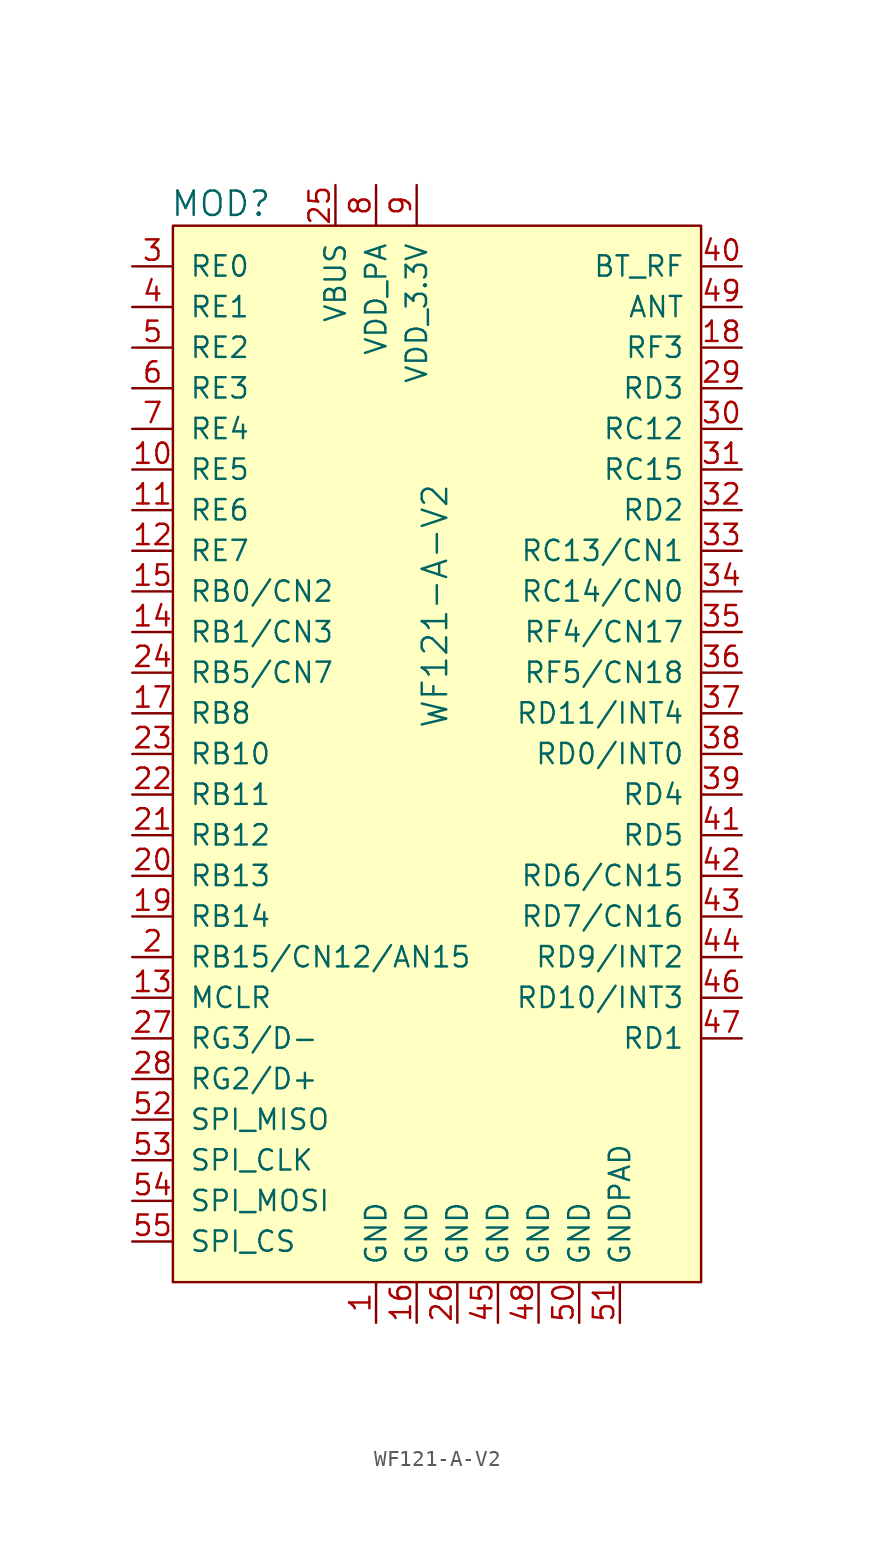
<source format=kicad_sym>
(kicad_symbol_lib
  (version 20231120)
  (generator "kicad_symbol_editor")
  (generator_version "8.0")
  (symbol "WF121-A-V2"
    (pin_names
      (offset 1.016))
    (property "Reference" "MOD"
      (at -15.418 16.612 0)
      (effects (font (size 1.524 1.524)) (justify left)))
    (property "Value" "WF121-A-V2"
      (at 1.143 -8.534 90)
      (effects (font (size 1.524 1.524))))
    (symbol "WF121-A-V2_0_1"
      (rectangle (start 17.78 15.24) (end -15.24 -50.8) (stroke (width 0) (type solid)) (fill (type background))))
    (symbol "WF121-A-V2_1_0"
      (pin unspecified line (at -17.78 -40.64 0) (length 2.54) (name "SPI_MISO" (effects (font (size 1.27 1.27)))) (number "52" (effects (font (size 1.27 1.27)))))
      (pin unspecified line (at -17.78 -43.18 0) (length 2.54) (name "SPI_CLK" (effects (font (size 1.27 1.27)))) (number "53" (effects (font (size 1.27 1.27)))))
      (pin unspecified line (at -17.78 -45.72 0) (length 2.54) (name "SPI_MOSI" (effects (font (size 1.27 1.27)))) (number "54" (effects (font (size 1.27 1.27)))))
      (pin unspecified line (at -17.78 -48.26 0) (length 2.54) (name "SPI_CS" (effects (font (size 1.27 1.27)))) (number "55" (effects (font (size 1.27 1.27))))))
    (symbol "WF121-A-V2_1_1"
      (pin power_in line (at -2.54 -53.34 90) (length 2.54) (name "GND" (effects (font (size 1.27 1.27)))) (number "1" (effects (font (size 1.27 1.27)))))
      (pin bidirectional line (at -17.78 0 0) (length 2.54) (name "RE5" (effects (font (size 1.27 1.27)))) (number "10" (effects (font (size 1.27 1.27)))))
      (pin bidirectional line (at -17.78 -2.54 0) (length 2.54) (name "RE6" (effects (font (size 1.27 1.27)))) (number "11" (effects (font (size 1.27 1.27)))))
      (pin bidirectional line (at -17.78 -5.08 0) (length 2.54) (name "RE7" (effects (font (size 1.27 1.27)))) (number "12" (effects (font (size 1.27 1.27)))))
      (pin input line (at -17.78 -33.02 0) (length 2.54) (name "MCLR" (effects (font (size 1.27 1.27)))) (number "13" (effects (font (size 1.27 1.27)))))
      (pin bidirectional line (at -17.78 -10.16 0) (length 2.54) (name "RB1/CN3" (effects (font (size 1.27 1.27)))) (number "14" (effects (font (size 1.27 1.27)))))
      (pin bidirectional line (at -17.78 -7.62 0) (length 2.54) (name "RB0/CN2" (effects (font (size 1.27 1.27)))) (number "15" (effects (font (size 1.27 1.27)))))
      (pin power_in line (at 0 -53.34 90) (length 2.54) (name "GND" (effects (font (size 1.27 1.27)))) (number "16" (effects (font (size 1.27 1.27)))))
      (pin bidirectional line (at -17.78 -15.24 0) (length 2.54) (name "RB8" (effects (font (size 1.27 1.27)))) (number "17" (effects (font (size 1.27 1.27)))))
      (pin bidirectional line (at 20.32 7.62 180) (length 2.54) (name "RF3" (effects (font (size 1.27 1.27)))) (number "18" (effects (font (size 1.27 1.27)))))
      (pin bidirectional line (at -17.78 -27.94 0) (length 2.54) (name "RB14" (effects (font (size 1.27 1.27)))) (number "19" (effects (font (size 1.27 1.27)))))
      (pin bidirectional line (at -17.78 -30.48 0) (length 2.54) (name "RB15/CN12/AN15" (effects (font (size 1.27 1.27)))) (number "2" (effects (font (size 1.27 1.27)))))
      (pin bidirectional line (at -17.78 -25.4 0) (length 2.54) (name "RB13" (effects (font (size 1.27 1.27)))) (number "20" (effects (font (size 1.27 1.27)))))
      (pin bidirectional line (at -17.78 -22.86 0) (length 2.54) (name "RB12" (effects (font (size 1.27 1.27)))) (number "21" (effects (font (size 1.27 1.27)))))
      (pin bidirectional line (at -17.78 -20.32 0) (length 2.54) (name "RB11" (effects (font (size 1.27 1.27)))) (number "22" (effects (font (size 1.27 1.27)))))
      (pin bidirectional line (at -17.78 -17.78 0) (length 2.54) (name "RB10" (effects (font (size 1.27 1.27)))) (number "23" (effects (font (size 1.27 1.27)))))
      (pin bidirectional line (at -17.78 -12.7 0) (length 2.54) (name "RB5/CN7" (effects (font (size 1.27 1.27)))) (number "24" (effects (font (size 1.27 1.27)))))
      (pin power_in line (at -5.08 17.78 270) (length 2.54) (name "VBUS" (effects (font (size 1.27 1.27)))) (number "25" (effects (font (size 1.27 1.27)))))
      (pin power_in line (at 2.54 -53.34 90) (length 2.54) (name "GND" (effects (font (size 1.27 1.27)))) (number "26" (effects (font (size 1.27 1.27)))))
      (pin input line (at -17.78 -35.56 0) (length 2.54) (name "RG3/D-" (effects (font (size 1.27 1.27)))) (number "27" (effects (font (size 1.27 1.27)))))
      (pin input line (at -17.78 -38.1 0) (length 2.54) (name "RG2/D+" (effects (font (size 1.27 1.27)))) (number "28" (effects (font (size 1.27 1.27)))))
      (pin bidirectional line (at 20.32 5.08 180) (length 2.54) (name "RD3" (effects (font (size 1.27 1.27)))) (number "29" (effects (font (size 1.27 1.27)))))
      (pin bidirectional line (at -17.78 12.7 0) (length 2.54) (name "RE0" (effects (font (size 1.27 1.27)))) (number "3" (effects (font (size 1.27 1.27)))))
      (pin bidirectional line (at 20.32 2.54 180) (length 2.54) (name "RC12" (effects (font (size 1.27 1.27)))) (number "30" (effects (font (size 1.27 1.27)))))
      (pin bidirectional line (at 20.32 0 180) (length 2.54) (name "RC15" (effects (font (size 1.27 1.27)))) (number "31" (effects (font (size 1.27 1.27)))))
      (pin bidirectional line (at 20.32 -2.54 180) (length 2.54) (name "RD2" (effects (font (size 1.27 1.27)))) (number "32" (effects (font (size 1.27 1.27)))))
      (pin bidirectional line (at 20.32 -5.08 180) (length 2.54) (name "RC13/CN1" (effects (font (size 1.27 1.27)))) (number "33" (effects (font (size 1.27 1.27)))))
      (pin bidirectional line (at 20.32 -7.62 180) (length 2.54) (name "RC14/CN0" (effects (font (size 1.27 1.27)))) (number "34" (effects (font (size 1.27 1.27)))))
      (pin bidirectional line (at 20.32 -10.16 180) (length 2.54) (name "RF4/CN17" (effects (font (size 1.27 1.27)))) (number "35" (effects (font (size 1.27 1.27)))))
      (pin bidirectional line (at 20.32 -12.7 180) (length 2.54) (name "RF5/CN18" (effects (font (size 1.27 1.27)))) (number "36" (effects (font (size 1.27 1.27)))))
      (pin bidirectional line (at 20.32 -15.24 180) (length 2.54) (name "RD11/INT4" (effects (font (size 1.27 1.27)))) (number "37" (effects (font (size 1.27 1.27)))))
      (pin bidirectional line (at 20.32 -17.78 180) (length 2.54) (name "RD0/INT0" (effects (font (size 1.27 1.27)))) (number "38" (effects (font (size 1.27 1.27)))))
      (pin bidirectional line (at 20.32 -20.32 180) (length 2.54) (name "RD4" (effects (font (size 1.27 1.27)))) (number "39" (effects (font (size 1.27 1.27)))))
      (pin bidirectional line (at -17.78 10.16 0) (length 2.54) (name "RE1" (effects (font (size 1.27 1.27)))) (number "4" (effects (font (size 1.27 1.27)))))
      (pin bidirectional line (at 20.32 12.7 180) (length 2.54) (name "BT_RF" (effects (font (size 1.27 1.27)))) (number "40" (effects (font (size 1.27 1.27)))))
      (pin bidirectional line (at 20.32 -22.86 180) (length 2.54) (name "RD5" (effects (font (size 1.27 1.27)))) (number "41" (effects (font (size 1.27 1.27)))))
      (pin bidirectional line (at 20.32 -25.4 180) (length 2.54) (name "RD6/CN15" (effects (font (size 1.27 1.27)))) (number "42" (effects (font (size 1.27 1.27)))))
      (pin bidirectional line (at 20.32 -27.94 180) (length 2.54) (name "RD7/CN16" (effects (font (size 1.27 1.27)))) (number "43" (effects (font (size 1.27 1.27)))))
      (pin bidirectional line (at 20.32 -30.48 180) (length 2.54) (name "RD9/INT2" (effects (font (size 1.27 1.27)))) (number "44" (effects (font (size 1.27 1.27)))))
      (pin power_in line (at 5.08 -53.34 90) (length 2.54) (name "GND" (effects (font (size 1.27 1.27)))) (number "45" (effects (font (size 1.27 1.27)))))
      (pin bidirectional line (at 20.32 -33.02 180) (length 2.54) (name "RD10/INT3" (effects (font (size 1.27 1.27)))) (number "46" (effects (font (size 1.27 1.27)))))
      (pin bidirectional line (at 20.32 -35.56 180) (length 2.54) (name "RD1" (effects (font (size 1.27 1.27)))) (number "47" (effects (font (size 1.27 1.27)))))
      (pin power_in line (at 7.62 -53.34 90) (length 2.54) (name "GND" (effects (font (size 1.27 1.27)))) (number "48" (effects (font (size 1.27 1.27)))))
      (pin bidirectional line (at 20.32 10.16 180) (length 2.54) (name "ANT" (effects (font (size 1.27 1.27)))) (number "49" (effects (font (size 1.27 1.27)))))
      (pin bidirectional line (at -17.78 7.62 0) (length 2.54) (name "RE2" (effects (font (size 1.27 1.27)))) (number "5" (effects (font (size 1.27 1.27)))))
      (pin power_in line (at 10.16 -53.34 90) (length 2.54) (name "GND" (effects (font (size 1.27 1.27)))) (number "50" (effects (font (size 1.27 1.27)))))
      (pin power_in line (at 12.7 -53.34 90) (length 2.54) (name "GNDPAD" (effects (font (size 1.27 1.27)))) (number "51" (effects (font (size 1.27 1.27)))))
      (pin bidirectional line (at -17.78 5.08 0) (length 2.54) (name "RE3" (effects (font (size 1.27 1.27)))) (number "6" (effects (font (size 1.27 1.27)))))
      (pin bidirectional line (at -17.78 2.54 0) (length 2.54) (name "RE4" (effects (font (size 1.27 1.27)))) (number "7" (effects (font (size 1.27 1.27)))))
      (pin power_in line (at -2.54 17.78 270) (length 2.54) (name "VDD_PA" (effects (font (size 1.27 1.27)))) (number "8" (effects (font (size 1.27 1.27)))))
      (pin power_in line (at 0 17.78 270) (length 2.54) (name "VDD_3.3V" (effects (font (size 1.27 1.27)))) (number "9" (effects (font (size 1.27 1.27))))))))
</source>
